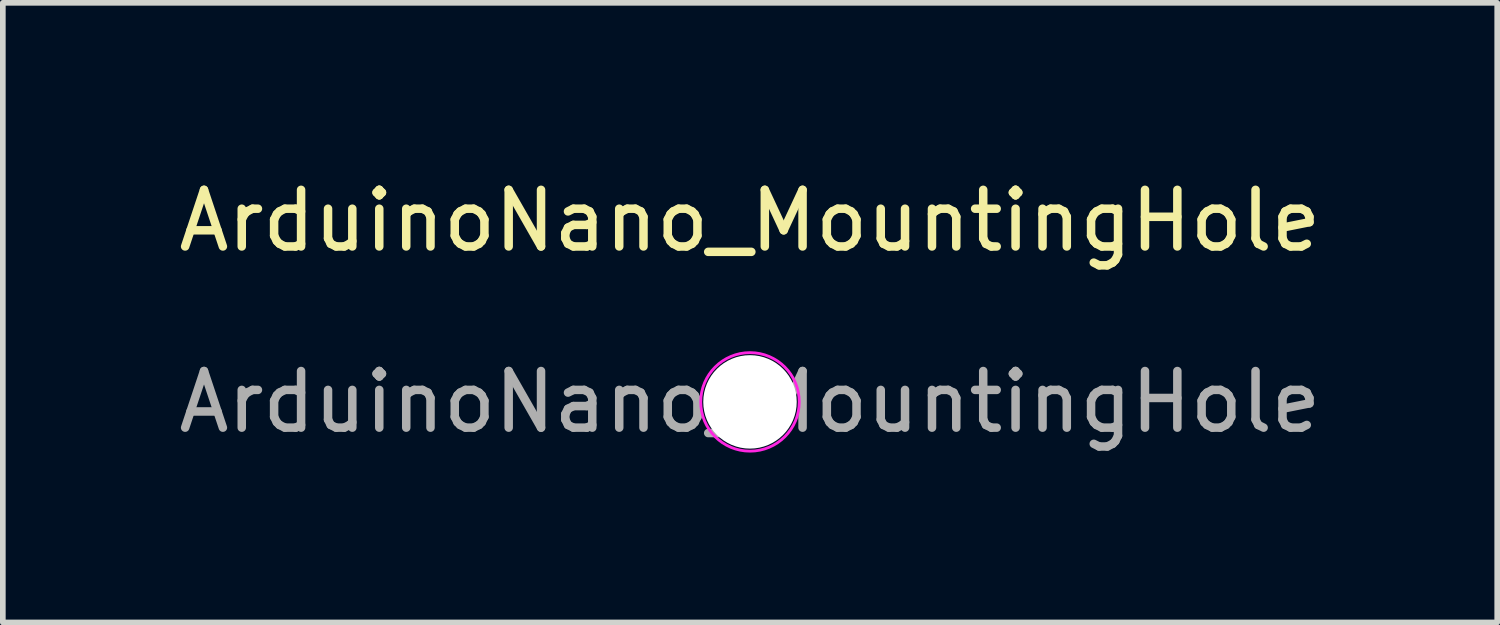
<source format=kicad_pcb>
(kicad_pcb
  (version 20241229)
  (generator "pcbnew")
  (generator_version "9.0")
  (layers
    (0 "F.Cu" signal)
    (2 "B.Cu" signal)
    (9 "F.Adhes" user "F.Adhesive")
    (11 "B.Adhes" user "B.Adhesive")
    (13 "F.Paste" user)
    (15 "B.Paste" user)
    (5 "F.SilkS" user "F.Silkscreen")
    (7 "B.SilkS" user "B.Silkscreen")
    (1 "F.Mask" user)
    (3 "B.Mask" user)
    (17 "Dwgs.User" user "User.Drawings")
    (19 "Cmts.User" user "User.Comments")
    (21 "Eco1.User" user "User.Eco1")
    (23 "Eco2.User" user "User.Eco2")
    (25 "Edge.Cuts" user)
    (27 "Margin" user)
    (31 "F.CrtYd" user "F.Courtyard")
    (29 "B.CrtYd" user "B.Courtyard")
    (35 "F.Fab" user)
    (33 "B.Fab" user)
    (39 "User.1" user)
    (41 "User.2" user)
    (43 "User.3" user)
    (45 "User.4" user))
  (footprint "ArduinoNano_MountingHole"
    (layer "F.Cu")
    (at 10.196 4.048)
    (property "Reference" "ArduinoNano_MountingHole" (at 0 -3.2 0) (layer "F.SilkS") (effects (font (size 1 1) (thickness 0.15))))
    (attr exclude_from_pos_files exclude_from_bom)
    (fp_circle (center 0 0) (end 0.87 0) (stroke (width 0.05) (type solid)) (fill no) (layer "F.CrtYd"))
    (fp_text user "${REFERENCE}" (at 0 0 0) (layer "F.Fab") (effects (font (size 1 1) (thickness 0.15))))
    (pad "" np_thru_hole circle (at 0 0) (size 1.651 1.651) (drill 1.651) (layers "*.Cu" "*.Mask")))
  (gr_rect
    (start -3 -3)
    (end 23.393 7.943)
    (stroke (width 0.1) (type default))
    (fill no)
    (layer "Edge.Cuts")))
</source>
